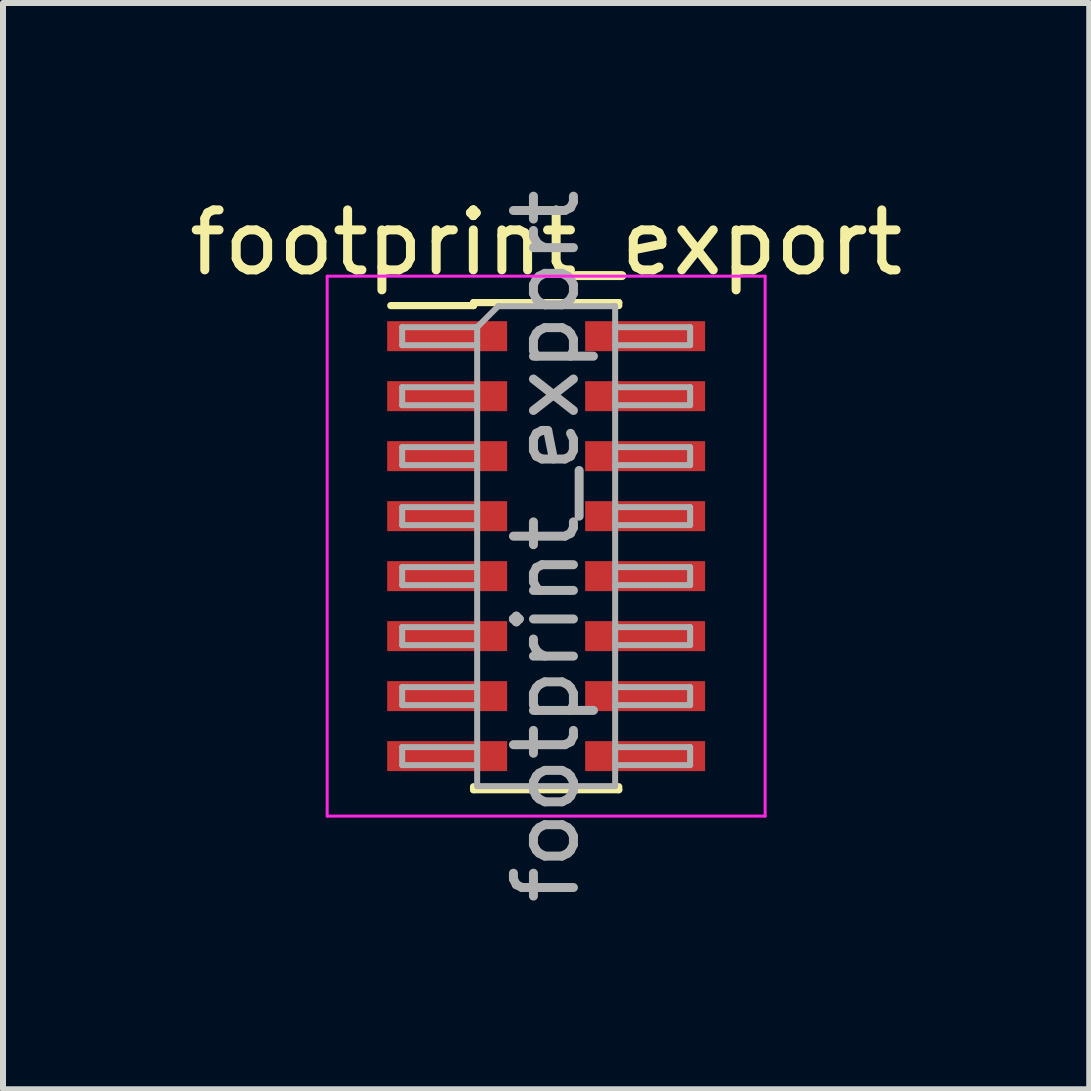
<source format=kicad_pcb>
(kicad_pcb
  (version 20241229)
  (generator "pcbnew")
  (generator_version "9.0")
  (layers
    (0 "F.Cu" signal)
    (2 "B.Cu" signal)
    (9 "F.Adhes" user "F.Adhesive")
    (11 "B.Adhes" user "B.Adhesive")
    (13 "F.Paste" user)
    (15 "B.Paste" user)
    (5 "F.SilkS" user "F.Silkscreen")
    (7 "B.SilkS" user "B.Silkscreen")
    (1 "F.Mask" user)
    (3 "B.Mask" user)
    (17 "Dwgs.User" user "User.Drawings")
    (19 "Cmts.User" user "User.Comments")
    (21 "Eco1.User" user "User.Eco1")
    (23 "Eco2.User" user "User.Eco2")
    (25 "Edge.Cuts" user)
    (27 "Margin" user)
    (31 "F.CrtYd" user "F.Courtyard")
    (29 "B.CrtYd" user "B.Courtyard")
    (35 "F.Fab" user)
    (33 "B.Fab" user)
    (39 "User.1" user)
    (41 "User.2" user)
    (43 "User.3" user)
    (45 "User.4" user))
  (footprint "footprint_export"
    (layer "F.Cu")
    (at 6.054 6.054)
    (property "Reference" "footprint_export" (at 0 -5.06 0) (layer "F.SilkS") (effects (font (size 1 1) (thickness 0.15))))
    (attr smd)
    (fp_line (start -2.59 -4.01) (end -1.21 -4.01) (stroke (width 0.12) (type solid)) (layer "F.SilkS"))
    (fp_line (start -1.21 -4.06) (end -1.21 -4.01) (stroke (width 0.12) (type solid)) (layer "F.SilkS"))
    (fp_line (start -1.21 -4.06) (end 1.21 -4.06) (stroke (width 0.12) (type solid)) (layer "F.SilkS"))
    (fp_line (start -1.21 4.01) (end -1.21 4.06) (stroke (width 0.12) (type solid)) (layer "F.SilkS"))
    (fp_line (start -1.21 4.06) (end 1.21 4.06) (stroke (width 0.12) (type solid)) (layer "F.SilkS"))
    (fp_line (start 1.21 -4.06) (end 1.21 -4.01) (stroke (width 0.12) (type solid)) (layer "F.SilkS"))
    (fp_line (start 1.21 4.01) (end 1.21 4.06) (stroke (width 0.12) (type solid)) (layer "F.SilkS"))
    (fp_line (start -3.65 -4.5) (end -3.65 4.5) (stroke (width 0.05) (type solid)) (layer "F.CrtYd"))
    (fp_line (start -3.65 4.5) (end 3.65 4.5) (stroke (width 0.05) (type solid)) (layer "F.CrtYd"))
    (fp_line (start 3.65 -4.5) (end -3.65 -4.5) (stroke (width 0.05) (type solid)) (layer "F.CrtYd"))
    (fp_line (start 3.65 4.5) (end 3.65 -4.5) (stroke (width 0.05) (type solid)) (layer "F.CrtYd"))
    (fp_line (start -2.4 -3.65) (end -2.4 -3.35) (stroke (width 0.1) (type solid)) (layer "F.Fab"))
    (fp_line (start -2.4 -3.35) (end -1.15 -3.35) (stroke (width 0.1) (type solid)) (layer "F.Fab"))
    (fp_line (start -2.4 -2.65) (end -2.4 -2.35) (stroke (width 0.1) (type solid)) (layer "F.Fab"))
    (fp_line (start -2.4 -2.35) (end -1.15 -2.35) (stroke (width 0.1) (type solid)) (layer "F.Fab"))
    (fp_line (start -2.4 -1.65) (end -2.4 -1.35) (stroke (width 0.1) (type solid)) (layer "F.Fab"))
    (fp_line (start -2.4 -1.35) (end -1.15 -1.35) (stroke (width 0.1) (type solid)) (layer "F.Fab"))
    (fp_line (start -2.4 -0.65) (end -2.4 -0.35) (stroke (width 0.1) (type solid)) (layer "F.Fab"))
    (fp_line (start -2.4 -0.35) (end -1.15 -0.35) (stroke (width 0.1) (type solid)) (layer "F.Fab"))
    (fp_line (start -2.4 0.35) (end -2.4 0.65) (stroke (width 0.1) (type solid)) (layer "F.Fab"))
    (fp_line (start -2.4 0.65) (end -1.15 0.65) (stroke (width 0.1) (type solid)) (layer "F.Fab"))
    (fp_line (start -2.4 1.35) (end -2.4 1.65) (stroke (width 0.1) (type solid)) (layer "F.Fab"))
    (fp_line (start -2.4 1.65) (end -1.15 1.65) (stroke (width 0.1) (type solid)) (layer "F.Fab"))
    (fp_line (start -2.4 2.35) (end -2.4 2.65) (stroke (width 0.1) (type solid)) (layer "F.Fab"))
    (fp_line (start -2.4 2.65) (end -1.15 2.65) (stroke (width 0.1) (type solid)) (layer "F.Fab"))
    (fp_line (start -2.4 3.35) (end -2.4 3.65) (stroke (width 0.1) (type solid)) (layer "F.Fab"))
    (fp_line (start -2.4 3.65) (end -1.15 3.65) (stroke (width 0.1) (type solid)) (layer "F.Fab"))
    (fp_line (start -1.15 -3.65) (end -2.4 -3.65) (stroke (width 0.1) (type solid)) (layer "F.Fab"))
    (fp_line (start -1.15 -3.65) (end -0.8 -4) (stroke (width 0.1) (type solid)) (layer "F.Fab"))
    (fp_line (start -1.15 -2.65) (end -2.4 -2.65) (stroke (width 0.1) (type solid)) (layer "F.Fab"))
    (fp_line (start -1.15 -1.65) (end -2.4 -1.65) (stroke (width 0.1) (type solid)) (layer "F.Fab"))
    (fp_line (start -1.15 -0.65) (end -2.4 -0.65) (stroke (width 0.1) (type solid)) (layer "F.Fab"))
    (fp_line (start -1.15 0.35) (end -2.4 0.35) (stroke (width 0.1) (type solid)) (layer "F.Fab"))
    (fp_line (start -1.15 1.35) (end -2.4 1.35) (stroke (width 0.1) (type solid)) (layer "F.Fab"))
    (fp_line (start -1.15 2.35) (end -2.4 2.35) (stroke (width 0.1) (type solid)) (layer "F.Fab"))
    (fp_line (start -1.15 3.35) (end -2.4 3.35) (stroke (width 0.1) (type solid)) (layer "F.Fab"))
    (fp_line (start -1.15 4) (end -1.15 -3.65) (stroke (width 0.1) (type solid)) (layer "F.Fab"))
    (fp_line (start -0.8 -4) (end 1.15 -4) (stroke (width 0.1) (type solid)) (layer "F.Fab"))
    (fp_line (start 1.15 -4) (end 1.15 4) (stroke (width 0.1) (type solid)) (layer "F.Fab"))
    (fp_line (start 1.15 -3.65) (end 2.4 -3.65) (stroke (width 0.1) (type solid)) (layer "F.Fab"))
    (fp_line (start 1.15 -2.65) (end 2.4 -2.65) (stroke (width 0.1) (type solid)) (layer "F.Fab"))
    (fp_line (start 1.15 -1.65) (end 2.4 -1.65) (stroke (width 0.1) (type solid)) (layer "F.Fab"))
    (fp_line (start 1.15 -0.65) (end 2.4 -0.65) (stroke (width 0.1) (type solid)) (layer "F.Fab"))
    (fp_line (start 1.15 0.35) (end 2.4 0.35) (stroke (width 0.1) (type solid)) (layer "F.Fab"))
    (fp_line (start 1.15 1.35) (end 2.4 1.35) (stroke (width 0.1) (type solid)) (layer "F.Fab"))
    (fp_line (start 1.15 2.35) (end 2.4 2.35) (stroke (width 0.1) (type solid)) (layer "F.Fab"))
    (fp_line (start 1.15 3.35) (end 2.4 3.35) (stroke (width 0.1) (type solid)) (layer "F.Fab"))
    (fp_line (start 1.15 4) (end -1.15 4) (stroke (width 0.1) (type solid)) (layer "F.Fab"))
    (fp_line (start 2.4 -3.65) (end 2.4 -3.35) (stroke (width 0.1) (type solid)) (layer "F.Fab"))
    (fp_line (start 2.4 -3.35) (end 1.15 -3.35) (stroke (width 0.1) (type solid)) (layer "F.Fab"))
    (fp_line (start 2.4 -2.65) (end 2.4 -2.35) (stroke (width 0.1) (type solid)) (layer "F.Fab"))
    (fp_line (start 2.4 -2.35) (end 1.15 -2.35) (stroke (width 0.1) (type solid)) (layer "F.Fab"))
    (fp_line (start 2.4 -1.65) (end 2.4 -1.35) (stroke (width 0.1) (type solid)) (layer "F.Fab"))
    (fp_line (start 2.4 -1.35) (end 1.15 -1.35) (stroke (width 0.1) (type solid)) (layer "F.Fab"))
    (fp_line (start 2.4 -0.65) (end 2.4 -0.35) (stroke (width 0.1) (type solid)) (layer "F.Fab"))
    (fp_line (start 2.4 -0.35) (end 1.15 -0.35) (stroke (width 0.1) (type solid)) (layer "F.Fab"))
    (fp_line (start 2.4 0.35) (end 2.4 0.65) (stroke (width 0.1) (type solid)) (layer "F.Fab"))
    (fp_line (start 2.4 0.65) (end 1.15 0.65) (stroke (width 0.1) (type solid)) (layer "F.Fab"))
    (fp_line (start 2.4 1.35) (end 2.4 1.65) (stroke (width 0.1) (type solid)) (layer "F.Fab"))
    (fp_line (start 2.4 1.65) (end 1.15 1.65) (stroke (width 0.1) (type solid)) (layer "F.Fab"))
    (fp_line (start 2.4 2.35) (end 2.4 2.65) (stroke (width 0.1) (type solid)) (layer "F.Fab"))
    (fp_line (start 2.4 2.65) (end 1.15 2.65) (stroke (width 0.1) (type solid)) (layer "F.Fab"))
    (fp_line (start 2.4 3.35) (end 2.4 3.65) (stroke (width 0.1) (type solid)) (layer "F.Fab"))
    (fp_line (start 2.4 3.65) (end 1.15 3.65) (stroke (width 0.1) (type solid)) (layer "F.Fab"))
    (fp_text user "${REFERENCE}" (at 0 0 90) (layer "F.Fab") (effects (font (size 1 1) (thickness 0.15))))
    (pad "1" smd rect (at -1.65 -3.5) (size 2 0.5) (layers "F.Cu" "F.Mask" "F.Paste"))
    (pad "2" smd rect (at 1.65 -3.5) (size 2 0.5) (layers "F.Cu" "F.Mask" "F.Paste"))
    (pad "3" smd rect (at -1.65 -2.5) (size 2 0.5) (layers "F.Cu" "F.Mask" "F.Paste"))
    (pad "4" smd rect (at 1.65 -2.5) (size 2 0.5) (layers "F.Cu" "F.Mask" "F.Paste"))
    (pad "5" smd rect (at -1.65 -1.5) (size 2 0.5) (layers "F.Cu" "F.Mask" "F.Paste"))
    (pad "6" smd rect (at 1.65 -1.5) (size 2 0.5) (layers "F.Cu" "F.Mask" "F.Paste"))
    (pad "7" smd rect (at -1.65 -0.5) (size 2 0.5) (layers "F.Cu" "F.Mask" "F.Paste"))
    (pad "8" smd rect (at 1.65 -0.5) (size 2 0.5) (layers "F.Cu" "F.Mask" "F.Paste"))
    (pad "9" smd rect (at -1.65 0.5) (size 2 0.5) (layers "F.Cu" "F.Mask" "F.Paste"))
    (pad "10" smd rect (at 1.65 0.5) (size 2 0.5) (layers "F.Cu" "F.Mask" "F.Paste"))
    (pad "11" smd rect (at -1.65 1.5) (size 2 0.5) (layers "F.Cu" "F.Mask" "F.Paste"))
    (pad "12" smd rect (at 1.65 1.5) (size 2 0.5) (layers "F.Cu" "F.Mask" "F.Paste"))
    (pad "13" smd rect (at -1.65 2.5) (size 2 0.5) (layers "F.Cu" "F.Mask" "F.Paste"))
    (pad "14" smd rect (at 1.65 2.5) (size 2 0.5) (layers "F.Cu" "F.Mask" "F.Paste"))
    (pad "15" smd rect (at -1.65 3.5) (size 2 0.5) (layers "F.Cu" "F.Mask" "F.Paste"))
    (pad "16" smd rect (at 1.65 3.5) (size 2 0.5) (layers "F.Cu" "F.Mask" "F.Paste")))
  (gr_rect
    (start -3 -3)
    (end 15.107 15.107)
    (stroke (width 0.1) (type default))
    (fill no)
    (layer "Edge.Cuts")))
</source>
